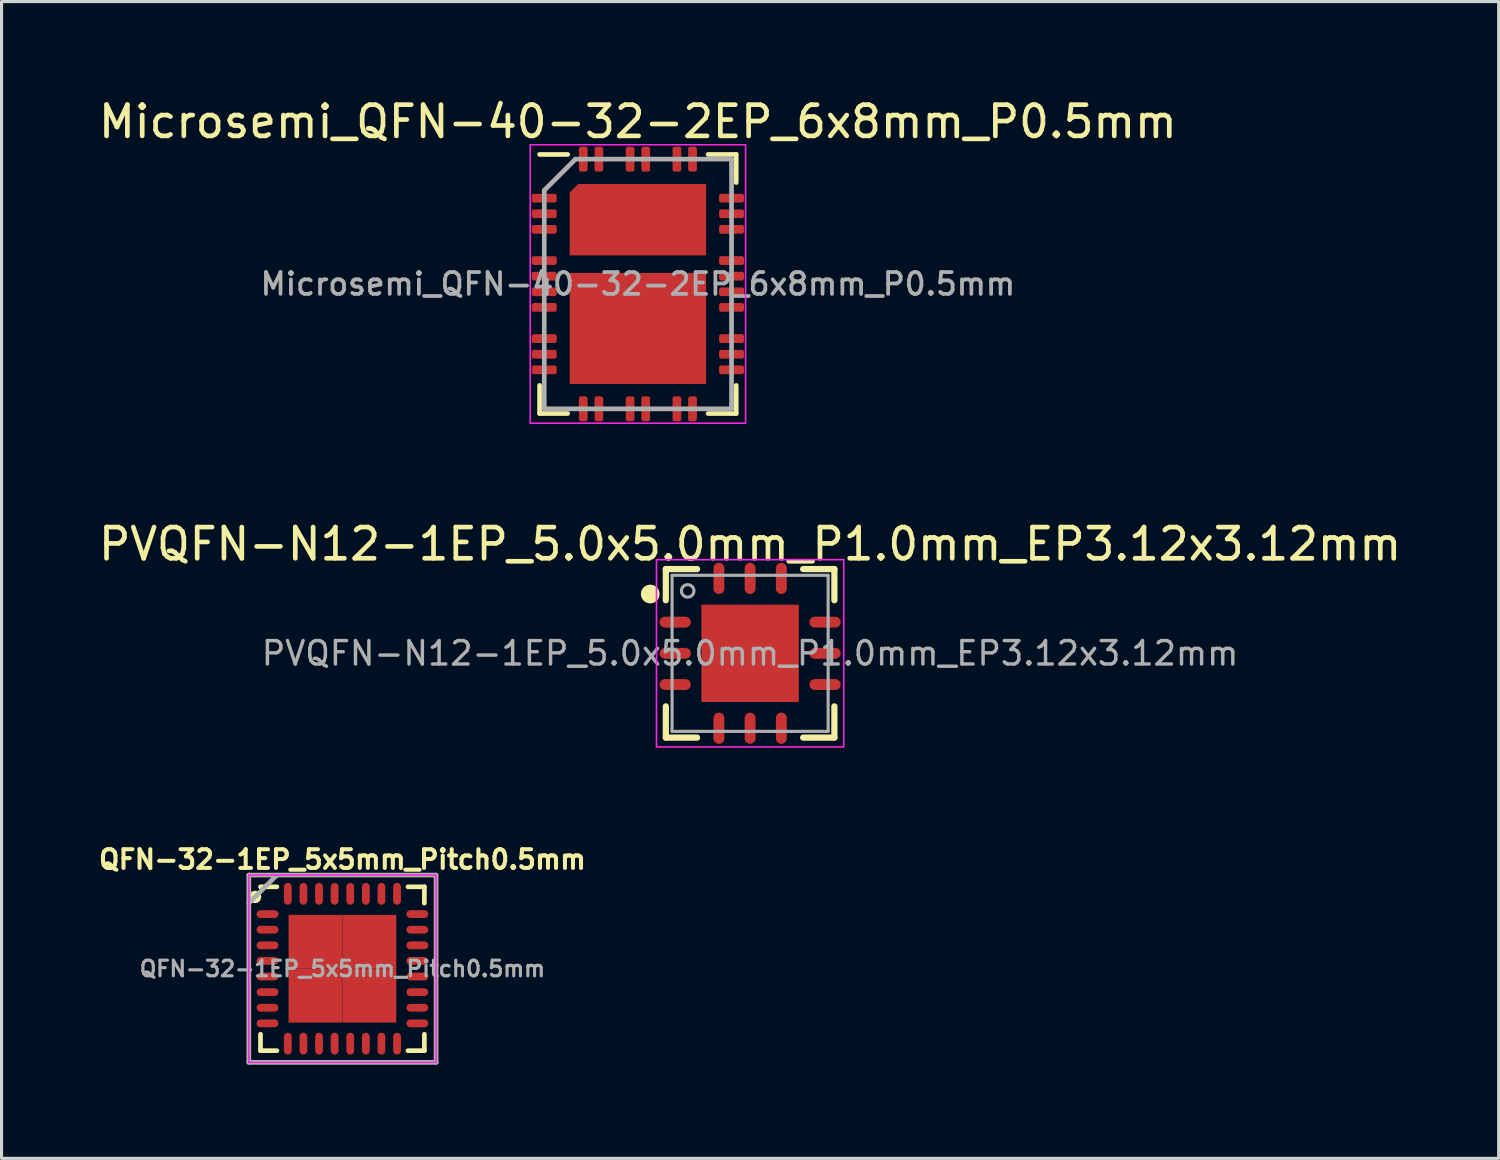
<source format=kicad_pcb>
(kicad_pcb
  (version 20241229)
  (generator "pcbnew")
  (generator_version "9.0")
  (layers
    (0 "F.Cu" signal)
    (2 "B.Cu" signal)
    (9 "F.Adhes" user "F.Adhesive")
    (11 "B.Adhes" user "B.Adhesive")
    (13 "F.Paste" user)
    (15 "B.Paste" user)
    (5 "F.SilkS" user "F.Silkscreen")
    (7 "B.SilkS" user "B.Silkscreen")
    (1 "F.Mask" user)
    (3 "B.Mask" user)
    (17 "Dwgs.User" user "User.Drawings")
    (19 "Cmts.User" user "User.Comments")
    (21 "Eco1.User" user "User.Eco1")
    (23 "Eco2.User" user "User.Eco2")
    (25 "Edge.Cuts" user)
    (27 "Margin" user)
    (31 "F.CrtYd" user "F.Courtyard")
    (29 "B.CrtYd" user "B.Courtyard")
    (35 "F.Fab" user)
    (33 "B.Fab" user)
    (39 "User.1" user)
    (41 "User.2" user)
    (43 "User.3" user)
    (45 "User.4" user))
  (footprint "PVQFN-N12-1EP_5.0x5.0mm_P1.0mm_EP3.12x3.12mm"
    (layer "F.Cu")
    (at 20.982 17.881)
    (property "Reference" "PVQFN-N12-1EP_5.0x5.0mm_P1.0mm_EP3.12x3.12mm" (at 0 -3.5 0) (layer "F.SilkS") (effects (font (size 1 1) (thickness 0.15))))
    (attr smd)
    (fp_line (start -2.7 -2.7) (end -2.7 -1.7) (stroke (width 0.2) (type default)) (layer "F.SilkS"))
    (fp_line (start -2.7 1.7) (end -2.7 2.7) (stroke (width 0.2) (type default)) (layer "F.SilkS"))
    (fp_line (start -2.7 2.7) (end -1.7 2.7) (stroke (width 0.2) (type default)) (layer "F.SilkS"))
    (fp_line (start -1.7 -2.7) (end -2.7 -2.7) (stroke (width 0.2) (type default)) (layer "F.SilkS"))
    (fp_line (start 1.7 2.7) (end 2.7 2.7) (stroke (width 0.2) (type default)) (layer "F.SilkS"))
    (fp_line (start 2.7 -2.7) (end 1.7 -2.7) (stroke (width 0.2) (type default)) (layer "F.SilkS"))
    (fp_line (start 2.7 -1.7) (end 2.7 -2.7) (stroke (width 0.2) (type default)) (layer "F.SilkS"))
    (fp_line (start 2.7 2.7) (end 2.7 1.7) (stroke (width 0.2) (type default)) (layer "F.SilkS"))
    (fp_circle (center -3.2 -1.9) (end -3 -1.9) (stroke (width 0.2) (type solid)) (fill yes) (layer "F.SilkS"))
    (fp_rect (start 3 3) (end -3 -3) (stroke (width 0.05) (type default)) (fill no) (layer "F.CrtYd"))
    (fp_line (start -2.5 -2.5) (end 2.5 -2.5) (stroke (width 0.1) (type solid)) (layer "F.Fab"))
    (fp_line (start -2.5 2.5) (end -2.5 -2.5) (stroke (width 0.1) (type solid)) (layer "F.Fab"))
    (fp_line (start 2.5 -2.5) (end 2.5 2.5) (stroke (width 0.1) (type solid)) (layer "F.Fab"))
    (fp_line (start 2.5 2.5) (end -2.5 2.5) (stroke (width 0.1) (type solid)) (layer "F.Fab"))
    (fp_circle (center -2 -2) (end -1.8 -2) (stroke (width 0.1) (type solid)) (fill no) (layer "F.Fab"))
    (fp_text user "${REFERENCE}" (at 0 0 0) (layer "F.Fab") (effects (font (size 0.75 0.75) (thickness 0.11))))
    (pad "" smd roundrect (at -0.8 -0.8) (size 1.4 1.4) (layers "F.Paste") (roundrect_rratio 0.143))
    (pad "" smd roundrect (at -0.8 0.8) (size 1.4 1.4) (layers "F.Paste") (roundrect_rratio 0.143))
    (pad "" smd roundrect (at 0.8 -0.8) (size 1.4 1.4) (layers "F.Paste") (roundrect_rratio 0.143))
    (pad "" smd roundrect (at 0.8 0.8) (size 1.4 1.4) (layers "F.Paste") (roundrect_rratio 0.143))
    (pad "1" smd oval (at -2.4 -1) (size 1 0.35) (layers "F.Cu" "F.Mask" "F.Paste"))
    (pad "2" smd oval (at -2.4 0) (size 1 0.35) (layers "F.Cu" "F.Mask" "F.Paste"))
    (pad "3" smd oval (at -2.4 1) (size 1 0.35) (layers "F.Cu" "F.Mask" "F.Paste"))
    (pad "4" smd oval (at -1 2.4 90) (size 1 0.35) (layers "F.Cu" "F.Mask" "F.Paste"))
    (pad "5" smd oval (at 0 2.4 90) (size 1 0.35) (layers "F.Cu" "F.Mask" "F.Paste"))
    (pad "6" smd oval (at 1 2.4 90) (size 1 0.35) (layers "F.Cu" "F.Mask" "F.Paste"))
    (pad "7" smd oval (at 2.4 1) (size 1 0.35) (layers "F.Cu" "F.Mask" "F.Paste"))
    (pad "8" smd oval (at 2.4 0) (size 1 0.35) (layers "F.Cu" "F.Mask" "F.Paste"))
    (pad "9" smd oval (at 2.4 -1) (size 1 0.35) (layers "F.Cu" "F.Mask" "F.Paste"))
    (pad "10" smd oval (at 1 -2.4 90) (size 1 0.35) (layers "F.Cu" "F.Mask" "F.Paste"))
    (pad "11" smd oval (at 0 -2.4 90) (size 1 0.35) (layers "F.Cu" "F.Mask" "F.Paste"))
    (pad "12" smd oval (at -1 -2.4 90) (size 1 0.35) (layers "F.Cu" "F.Mask" "F.Paste"))
    (pad "13" smd rect (at 0 0) (size 3.12 3.12) (layers "F.Cu" "F.Mask")))
  (footprint "QFN-32-1EP_5x5mm_Pitch0.5mm"
    (layer "F.Cu")
    (at 7.921 27.986)
    (property "Reference" "QFN-32-1EP_5x5mm_Pitch0.5mm" (at 0 -3.5 0) (layer "F.SilkS") (effects (font (size 0.6 0.6) (thickness 0.13))))
    (property "Value" "${VALUE}" (at 0 2 0) (layer "F.Fab") (hide yes) (effects (font (size 0.3 0.3) (thickness 0.06))))
    (attr smd)
    (fp_line (start -2.625 -2.625) (end -2.1 -2.625) (stroke (width 0.15) (type solid)) (layer "F.SilkS"))
    (fp_line (start -2.625 2.625) (end -2.625 2.1) (stroke (width 0.15) (type solid)) (layer "F.SilkS"))
    (fp_line (start -2.625 2.625) (end -2.1 2.625) (stroke (width 0.15) (type solid)) (layer "F.SilkS"))
    (fp_line (start 2.625 -2.625) (end 2.1 -2.625) (stroke (width 0.15) (type solid)) (layer "F.SilkS"))
    (fp_line (start 2.625 -2.625) (end 2.625 -2.1) (stroke (width 0.15) (type solid)) (layer "F.SilkS"))
    (fp_line (start 2.625 2.625) (end 2.1 2.625) (stroke (width 0.15) (type solid)) (layer "F.SilkS"))
    (fp_line (start 2.625 2.625) (end 2.625 2.1) (stroke (width 0.15) (type solid)) (layer "F.SilkS"))
    (fp_circle (center -2.8 -2.3) (end -2.7 -2.3) (stroke (width 0.2) (type solid)) (fill no) (layer "F.SilkS"))
    (fp_line (start -3 -3) (end -3 3) (stroke (width 0.05) (type solid)) (layer "F.CrtYd"))
    (fp_line (start -3 -3) (end 3 -3) (stroke (width 0.05) (type solid)) (layer "F.CrtYd"))
    (fp_line (start -3 3) (end 3 3) (stroke (width 0.05) (type solid)) (layer "F.CrtYd"))
    (fp_line (start 3 -3) (end 3 3) (stroke (width 0.05) (type solid)) (layer "F.CrtYd"))
    (fp_line (start -3 -3) (end -3 3) (stroke (width 0.15) (type solid)) (layer "F.Fab"))
    (fp_line (start -3 -3) (end 3 -3) (stroke (width 0.15) (type solid)) (layer "F.Fab"))
    (fp_line (start -3 -2.1) (end -2.1 -3) (stroke (width 0.15) (type solid)) (layer "F.Fab"))
    (fp_line (start -3 3) (end 3 3) (stroke (width 0.15) (type solid)) (layer "F.Fab"))
    (fp_line (start 3 -3) (end 3 3) (stroke (width 0.15) (type solid)) (layer "F.Fab"))
    (fp_text user "${REFERENCE}" (at 0 0 0) (layer "F.Fab") (effects (font (size 0.5 0.5) (thickness 0.1))))
    (pad "1" smd oval (at -2.4 -1.75) (size 0.7 0.25) (layers "F.Cu" "F.Mask" "F.Paste"))
    (pad "2" smd oval (at -2.4 -1.25) (size 0.7 0.25) (layers "F.Cu" "F.Mask" "F.Paste"))
    (pad "3" smd oval (at -2.4 -0.75) (size 0.7 0.25) (layers "F.Cu" "F.Mask" "F.Paste"))
    (pad "4" smd oval (at -2.4 -0.25) (size 0.7 0.25) (layers "F.Cu" "F.Mask" "F.Paste"))
    (pad "5" smd oval (at -2.4 0.25) (size 0.7 0.25) (layers "F.Cu" "F.Mask" "F.Paste"))
    (pad "6" smd oval (at -2.4 0.75) (size 0.7 0.25) (layers "F.Cu" "F.Mask" "F.Paste"))
    (pad "7" smd oval (at -2.4 1.25) (size 0.7 0.25) (layers "F.Cu" "F.Mask" "F.Paste"))
    (pad "8" smd oval (at -2.4 1.75) (size 0.7 0.25) (layers "F.Cu" "F.Mask" "F.Paste"))
    (pad "9" smd oval (at -1.75 2.4 90) (size 0.7 0.25) (layers "F.Cu" "F.Mask" "F.Paste"))
    (pad "10" smd oval (at -1.25 2.4 90) (size 0.7 0.25) (layers "F.Cu" "F.Mask" "F.Paste"))
    (pad "11" smd oval (at -0.75 2.4 90) (size 0.7 0.25) (layers "F.Cu" "F.Mask" "F.Paste"))
    (pad "12" smd oval (at -0.25 2.4 90) (size 0.7 0.25) (layers "F.Cu" "F.Mask" "F.Paste"))
    (pad "13" smd oval (at 0.25 2.4 90) (size 0.7 0.25) (layers "F.Cu" "F.Mask" "F.Paste"))
    (pad "14" smd oval (at 0.75 2.4 90) (size 0.7 0.25) (layers "F.Cu" "F.Mask" "F.Paste"))
    (pad "15" smd oval (at 1.25 2.4 90) (size 0.7 0.25) (layers "F.Cu" "F.Mask" "F.Paste"))
    (pad "16" smd oval (at 1.75 2.4 90) (size 0.7 0.25) (layers "F.Cu" "F.Mask" "F.Paste"))
    (pad "17" smd oval (at 2.4 1.75) (size 0.7 0.25) (layers "F.Cu" "F.Mask" "F.Paste"))
    (pad "18" smd oval (at 2.4 1.25) (size 0.7 0.25) (layers "F.Cu" "F.Mask" "F.Paste"))
    (pad "19" smd oval (at 2.4 0.75) (size 0.7 0.25) (layers "F.Cu" "F.Mask" "F.Paste"))
    (pad "20" smd oval (at 2.4 0.25) (size 0.7 0.25) (layers "F.Cu" "F.Mask" "F.Paste"))
    (pad "21" smd oval (at 2.4 -0.25) (size 0.7 0.25) (layers "F.Cu" "F.Mask" "F.Paste"))
    (pad "22" smd oval (at 2.4 -0.75) (size 0.7 0.25) (layers "F.Cu" "F.Mask" "F.Paste"))
    (pad "23" smd oval (at 2.4 -1.25) (size 0.7 0.25) (layers "F.Cu" "F.Mask" "F.Paste"))
    (pad "24" smd oval (at 2.4 -1.75) (size 0.7 0.25) (layers "F.Cu" "F.Mask" "F.Paste"))
    (pad "25" smd oval (at 1.75 -2.4 90) (size 0.7 0.25) (layers "F.Cu" "F.Mask" "F.Paste"))
    (pad "26" smd oval (at 1.25 -2.4 90) (size 0.7 0.25) (layers "F.Cu" "F.Mask" "F.Paste"))
    (pad "27" smd oval (at 0.75 -2.4 90) (size 0.7 0.25) (layers "F.Cu" "F.Mask" "F.Paste"))
    (pad "28" smd oval (at 0.25 -2.4 90) (size 0.7 0.25) (layers "F.Cu" "F.Mask" "F.Paste"))
    (pad "29" smd oval (at -0.25 -2.4 90) (size 0.7 0.25) (layers "F.Cu" "F.Mask" "F.Paste"))
    (pad "30" smd oval (at -0.75 -2.4 90) (size 0.7 0.25) (layers "F.Cu" "F.Mask" "F.Paste"))
    (pad "31" smd oval (at -1.25 -2.4 90) (size 0.7 0.25) (layers "F.Cu" "F.Mask" "F.Paste"))
    (pad "32" smd oval (at -1.75 -2.4 90) (size 0.7 0.25) (layers "F.Cu" "F.Mask" "F.Paste"))
    (pad "33" smd rect (at -0.863 -0.863) (size 1.725 1.725) (layers "F.Cu" "F.Mask" "F.Paste"))
    (pad "33" smd rect (at -0.863 0.863) (size 1.725 1.725) (layers "F.Cu" "F.Mask" "F.Paste"))
    (pad "33" smd rect (at 0.863 -0.863) (size 1.725 1.725) (layers "F.Cu" "F.Mask" "F.Paste"))
    (pad "33" smd rect (at 0.863 0.863) (size 1.725 1.725) (layers "F.Cu" "F.Mask" "F.Paste")))
  (footprint "Microsemi_QFN-40-32-2EP_6x8mm_P0.5mm"
    (layer "F.Cu")
    (at 17.387 6.048)
    (property "Reference" "Microsemi_QFN-40-32-2EP_6x8mm_P0.5mm" (at 0 -5.2 0) (layer "F.SilkS") (effects (font (size 1 1) (thickness 0.15))))
    (attr smd)
    (fp_line (start -3.15 -4.15) (end -2.25 -4.15) (stroke (width 0.15) (type solid)) (layer "F.SilkS"))
    (fp_line (start -3.15 4.15) (end -3.15 3.25) (stroke (width 0.15) (type solid)) (layer "F.SilkS"))
    (fp_line (start -3.15 4.15) (end -2.25 4.15) (stroke (width 0.15) (type solid)) (layer "F.SilkS"))
    (fp_line (start 3.15 -4.15) (end 2.25 -4.15) (stroke (width 0.15) (type solid)) (layer "F.SilkS"))
    (fp_line (start 3.15 -4.15) (end 3.15 -3.25) (stroke (width 0.15) (type solid)) (layer "F.SilkS"))
    (fp_line (start 3.15 4.15) (end 2.25 4.15) (stroke (width 0.15) (type solid)) (layer "F.SilkS"))
    (fp_line (start 3.15 4.15) (end 3.15 3.25) (stroke (width 0.15) (type solid)) (layer "F.SilkS"))
    (fp_rect (start -1.9 -2.95) (end -0.9 -2.25) (stroke (width 0.15) (type solid)) (fill yes) (layer "F.Paste"))
    (fp_rect (start -1.9 -1.85) (end -0.9 -1.15) (stroke (width 0.15) (type solid)) (fill yes) (layer "F.Paste"))
    (fp_rect (start -1.89 -0.045) (end -0.91 1.225) (stroke (width 0.15) (type solid)) (fill yes) (layer "F.Paste"))
    (fp_rect (start -1.89 1.625) (end -0.91 2.895) (stroke (width 0.15) (type solid)) (fill yes) (layer "F.Paste"))
    (fp_rect (start -0.5 -2.95) (end 0.5 -2.25) (stroke (width 0.15) (type solid)) (fill yes) (layer "F.Paste"))
    (fp_rect (start -0.5 -1.85) (end 0.5 -1.15) (stroke (width 0.15) (type solid)) (fill yes) (layer "F.Paste"))
    (fp_rect (start -0.49 -0.045) (end 0.49 1.225) (stroke (width 0.15) (type solid)) (fill yes) (layer "F.Paste"))
    (fp_rect (start -0.49 1.625) (end 0.49 2.895) (stroke (width 0.15) (type solid)) (fill yes) (layer "F.Paste"))
    (fp_rect (start 0.9 -2.95) (end 1.9 -2.25) (stroke (width 0.15) (type solid)) (fill yes) (layer "F.Paste"))
    (fp_rect (start 0.9 -1.85) (end 1.9 -1.15) (stroke (width 0.15) (type solid)) (fill yes) (layer "F.Paste"))
    (fp_rect (start 0.91 -0.045) (end 1.89 1.225) (stroke (width 0.15) (type solid)) (fill yes) (layer "F.Paste"))
    (fp_rect (start 0.91 1.625) (end 1.89 2.895) (stroke (width 0.15) (type solid)) (fill yes) (layer "F.Paste"))
    (fp_line (start -3.45 -4.46) (end -3.45 4.46) (stroke (width 0.05) (type solid)) (layer "F.CrtYd"))
    (fp_line (start -3.45 -4.46) (end 3.45 -4.46) (stroke (width 0.05) (type solid)) (layer "F.CrtYd"))
    (fp_line (start -3.45 4.46) (end 3.45 4.46) (stroke (width 0.05) (type solid)) (layer "F.CrtYd"))
    (fp_line (start 3.45 -4.46) (end 3.45 4.46) (stroke (width 0.05) (type solid)) (layer "F.CrtYd"))
    (fp_line (start -3 -3) (end -2 -4) (stroke (width 0.15) (type solid)) (layer "F.Fab"))
    (fp_line (start -3 4) (end -3 -3) (stroke (width 0.15) (type solid)) (layer "F.Fab"))
    (fp_line (start -2 -4) (end 3 -4) (stroke (width 0.15) (type solid)) (layer "F.Fab"))
    (fp_line (start 3 -4) (end 3 4) (stroke (width 0.15) (type solid)) (layer "F.Fab"))
    (fp_line (start 3 4) (end -3 4) (stroke (width 0.15) (type solid)) (layer "F.Fab"))
    (fp_text user "${REFERENCE}" (at 0 0 0) (layer "F.Fab") (effects (font (size 0.7 0.7) (thickness 0.12) (bold yes))))
    (pad "1" smd roundrect (at -3 -2.75 90) (size 0.28 0.8) (layers "F.Cu" "F.Mask" "F.Paste") (roundrect_rratio 0.25))
    (pad "2" smd roundrect (at -3 -2.25 90) (size 0.28 0.8) (layers "F.Cu" "F.Mask" "F.Paste") (roundrect_rratio 0.25))
    (pad "3" smd roundrect (at -3 -1.75 90) (size 0.28 0.8) (layers "F.Cu" "F.Mask" "F.Paste") (roundrect_rratio 0.25))
    (pad "4" smd roundrect (at -3 -0.75 90) (size 0.28 0.8) (layers "F.Cu" "F.Mask" "F.Paste") (roundrect_rratio 0.25))
    (pad "5" smd roundrect (at -3 -0.25 90) (size 0.28 0.8) (layers "F.Cu" "F.Mask" "F.Paste") (roundrect_rratio 0.25))
    (pad "6" smd roundrect (at -3 0.25 90) (size 0.28 0.8) (layers "F.Cu" "F.Mask" "F.Paste") (roundrect_rratio 0.25))
    (pad "7" smd roundrect (at -3 0.75 90) (size 0.28 0.8) (layers "F.Cu" "F.Mask" "F.Paste") (roundrect_rratio 0.25))
    (pad "8" smd roundrect (at -3 1.75 90) (size 0.28 0.8) (layers "F.Cu" "F.Mask" "F.Paste") (roundrect_rratio 0.25))
    (pad "9" smd roundrect (at -3 2.25 90) (size 0.28 0.8) (layers "F.Cu" "F.Mask" "F.Paste") (roundrect_rratio 0.25))
    (pad "10" smd roundrect (at -3 2.75 90) (size 0.28 0.8) (layers "F.Cu" "F.Mask" "F.Paste") (roundrect_rratio 0.25))
    (pad "11" smd roundrect (at -1.75 4) (size 0.28 0.8) (layers "F.Cu" "F.Mask" "F.Paste") (roundrect_rratio 0.25))
    (pad "12" smd roundrect (at -1.25 4) (size 0.28 0.8) (layers "F.Cu" "F.Mask" "F.Paste") (roundrect_rratio 0.25))
    (pad "13" smd roundrect (at -0.25 4) (size 0.28 0.8) (layers "F.Cu" "F.Mask" "F.Paste") (roundrect_rratio 0.25))
    (pad "14" smd roundrect (at 0.25 4) (size 0.28 0.8) (layers "F.Cu" "F.Mask" "F.Paste") (roundrect_rratio 0.25))
    (pad "15" smd roundrect (at 1.25 4) (size 0.28 0.8) (layers "F.Cu" "F.Mask" "F.Paste") (roundrect_rratio 0.25))
    (pad "16" smd roundrect (at 1.75 4) (size 0.28 0.8) (layers "F.Cu" "F.Mask" "F.Paste") (roundrect_rratio 0.25))
    (pad "17" smd roundrect (at 3 2.75 90) (size 0.28 0.8) (layers "F.Cu" "F.Mask" "F.Paste") (roundrect_rratio 0.25))
    (pad "18" smd roundrect (at 3 2.25 90) (size 0.28 0.8) (layers "F.Cu" "F.Mask" "F.Paste") (roundrect_rratio 0.25))
    (pad "19" smd roundrect (at 3 1.75 90) (size 0.28 0.8) (layers "F.Cu" "F.Mask" "F.Paste") (roundrect_rratio 0.25))
    (pad "20" smd roundrect (at 3 0.75 90) (size 0.28 0.8) (layers "F.Cu" "F.Mask" "F.Paste") (roundrect_rratio 0.25))
    (pad "21" smd roundrect (at 3 0.25 90) (size 0.28 0.8) (layers "F.Cu" "F.Mask" "F.Paste") (roundrect_rratio 0.25))
    (pad "22" smd roundrect (at 3 -0.25 90) (size 0.28 0.8) (layers "F.Cu" "F.Mask" "F.Paste") (roundrect_rratio 0.25))
    (pad "23" smd roundrect (at 3 -0.75 90) (size 0.28 0.8) (layers "F.Cu" "F.Mask" "F.Paste") (roundrect_rratio 0.25))
    (pad "24" smd roundrect (at 3 -1.75 90) (size 0.28 0.8) (layers "F.Cu" "F.Mask" "F.Paste") (roundrect_rratio 0.25))
    (pad "25" smd roundrect (at 3 -2.25 90) (size 0.28 0.8) (layers "F.Cu" "F.Mask" "F.Paste") (roundrect_rratio 0.25))
    (pad "26" smd roundrect (at 3 -2.75 90) (size 0.28 0.8) (layers "F.Cu" "F.Mask" "F.Paste") (roundrect_rratio 0.25))
    (pad "27" smd roundrect (at 1.75 -4) (size 0.28 0.8) (layers "F.Cu" "F.Mask" "F.Paste") (roundrect_rratio 0.25))
    (pad "28" smd roundrect (at 1.25 -4) (size 0.28 0.8) (layers "F.Cu" "F.Mask" "F.Paste") (roundrect_rratio 0.25))
    (pad "29" smd roundrect (at 0.25 -4) (size 0.28 0.8) (layers "F.Cu" "F.Mask" "F.Paste") (roundrect_rratio 0.25))
    (pad "30" smd roundrect (at -0.25 -4) (size 0.28 0.8) (layers "F.Cu" "F.Mask" "F.Paste") (roundrect_rratio 0.25))
    (pad "31" smd roundrect (at -1.25 -4) (size 0.28 0.8) (layers "F.Cu" "F.Mask" "F.Paste") (roundrect_rratio 0.25))
    (pad "32" smd roundrect (at -1.75 -4) (size 0.28 0.8) (layers "F.Cu" "F.Mask" "F.Paste") (roundrect_rratio 0.25))
    (pad "33" smd roundrect (at 0 -2.06) (size 4.37 2.29) (layers "F.Cu" "F.Mask") (roundrect_rratio 0) (chamfer_ratio 0.12) (chamfer top_left))
    (pad "34" smd rect (at 0 1.425) (size 4.37 3.56) (layers "F.Cu" "F.Mask")))
  (gr_rect
    (start -3 -3)
    (end 44.964 34.061)
    (stroke (width 0.1) (type default))
    (fill no)
    (layer "Edge.Cuts")))
</source>
